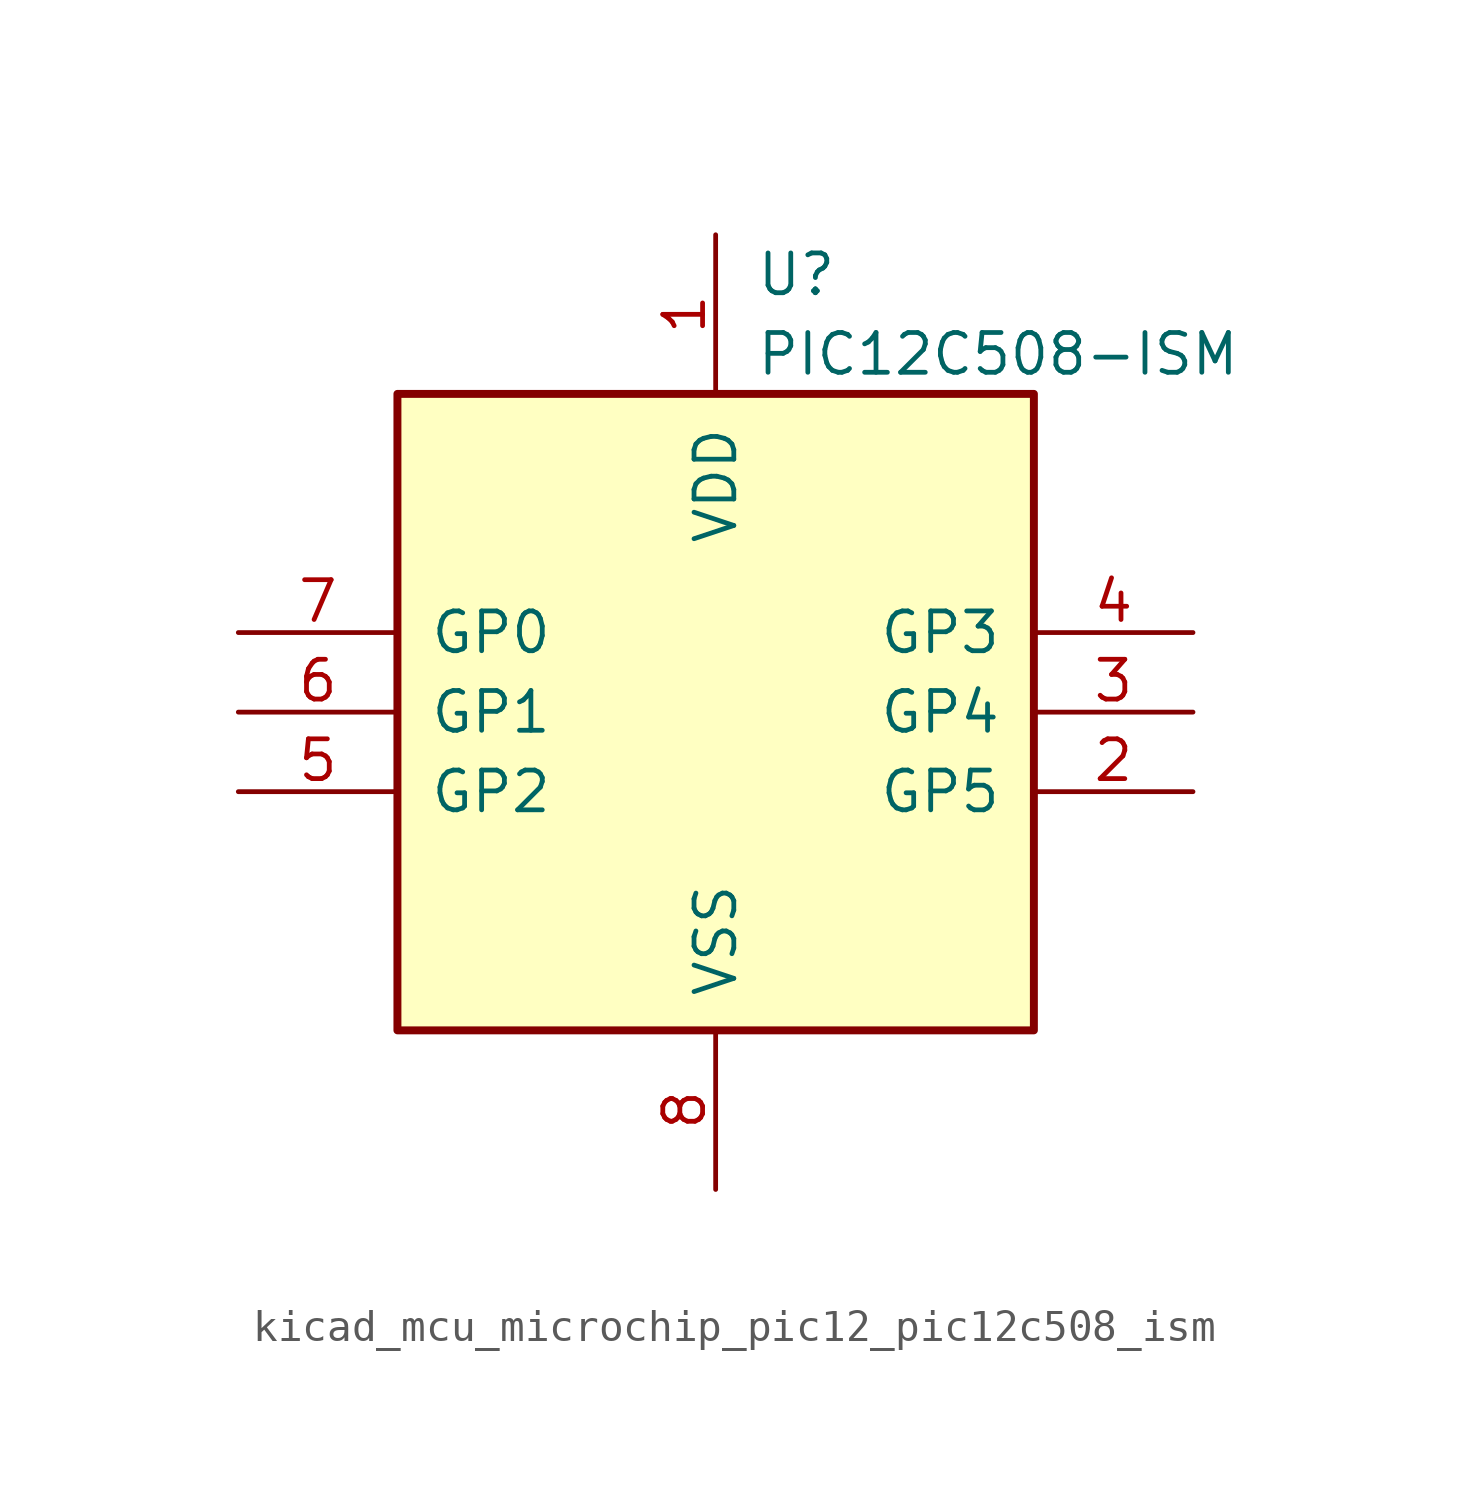
<source format=kicad_sym>
(kicad_symbol_lib
  (version 20220914)
  (generator kicad_symbol_editor)
  (symbol "kicad_mcu_microchip_pic12_pic12c508_ism"
    (pin_names
      (offset 1.016))
    (property "Reference" "U"
      (at 1.27 13.97 0)
      (effects (font (size 1.27 1.27)) (justify left)))
    (property "Value" "PIC12C508-ISM"
      (at 1.27 11.43 0)
      (effects (font (size 1.27 1.27)) (justify left)))
    (symbol "kicad_mcu_microchip_pic12_pic12c508_ism_0_1"
      (rectangle (start 10.16 -10.16) (end -10.16 10.16) (stroke (width 0.254) (type default)) (fill (type background))))
    (symbol "kicad_mcu_microchip_pic12_pic12c508_ism_1_1"
      (pin power_in line (at 0 15.24 270) (length 5.08) (name "VDD" (effects (font (size 1.27 1.27)))) (number "1" (effects (font (size 1.27 1.27)))))
      (pin bidirectional line (at 15.24 -2.54 180) (length 5.08) (name "GP5" (effects (font (size 1.27 1.27)))) (number "2" (effects (font (size 1.27 1.27)))))
      (pin bidirectional line (at 15.24 0 180) (length 5.08) (name "GP4" (effects (font (size 1.27 1.27)))) (number "3" (effects (font (size 1.27 1.27)))))
      (pin input line (at 15.24 2.54 180) (length 5.08) (name "GP3" (effects (font (size 1.27 1.27)))) (number "4" (effects (font (size 1.27 1.27)))))
      (pin bidirectional line (at -15.24 -2.54 0) (length 5.08) (name "GP2" (effects (font (size 1.27 1.27)))) (number "5" (effects (font (size 1.27 1.27)))))
      (pin bidirectional line (at -15.24 0 0) (length 5.08) (name "GP1" (effects (font (size 1.27 1.27)))) (number "6" (effects (font (size 1.27 1.27)))))
      (pin bidirectional line (at -15.24 2.54 0) (length 5.08) (name "GP0" (effects (font (size 1.27 1.27)))) (number "7" (effects (font (size 1.27 1.27)))))
      (pin power_in line (at 0 -15.24 90) (length 5.08) (name "VSS" (effects (font (size 1.27 1.27)))) (number "8" (effects (font (size 1.27 1.27))))))))
</source>
